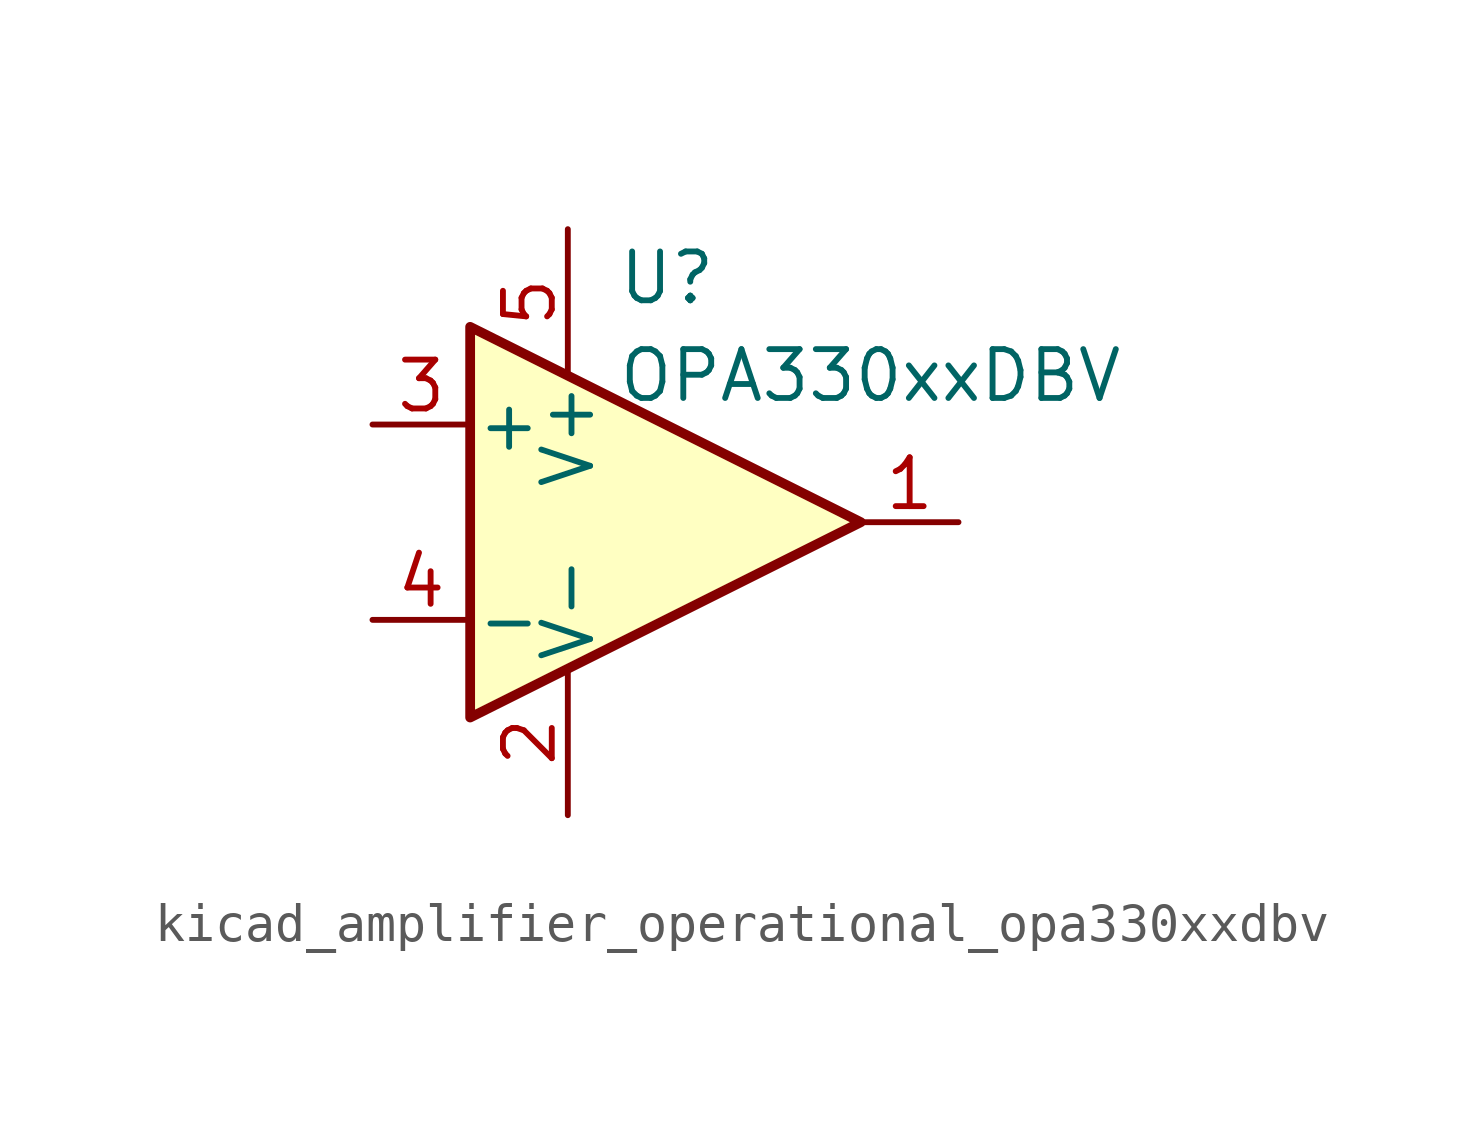
<source format=kicad_sym>
(kicad_symbol_lib
  (version 20220914)
  (generator kicad_symbol_editor)
  (symbol "kicad_amplifier_operational_opa330xxdbv"
    (pin_names
      (offset 0.127))
    (property "Reference" "U"
      (at -1.27 6.35 0)
      (effects (font (size 1.27 1.27)) (justify left)))
    (property "Value" "OPA330xxDBV"
      (at -1.27 3.81 0)
      (effects (font (size 1.27 1.27)) (justify left)))
    (symbol "kicad_amplifier_operational_opa330xxdbv_0_1"
      (polyline (pts (xy -5.08 5.08) (xy 5.08 0) (xy -5.08 -5.08) (xy -5.08 5.08)) (stroke (width 0.254) (type default)) (fill (type background)))
      (pin power_in line (at -2.54 -7.62 90) (length 3.81) (name "V-" (effects (font (size 1.27 1.27)))) (number "2" (effects (font (size 1.27 1.27)))))
      (pin power_in line (at -2.54 7.62 270) (length 3.81) (name "V+" (effects (font (size 1.27 1.27)))) (number "5" (effects (font (size 1.27 1.27))))))
    (symbol "kicad_amplifier_operational_opa330xxdbv_1_1"
      (pin output line (at 7.62 0 180) (length 2.54) (name "~" (effects (font (size 1.27 1.27)))) (number "1" (effects (font (size 1.27 1.27)))))
      (pin input line (at -7.62 2.54 0) (length 2.54) (name "+" (effects (font (size 1.27 1.27)))) (number "3" (effects (font (size 1.27 1.27)))))
      (pin input line (at -7.62 -2.54 0) (length 2.54) (name "-" (effects (font (size 1.27 1.27)))) (number "4" (effects (font (size 1.27 1.27))))))))
</source>
